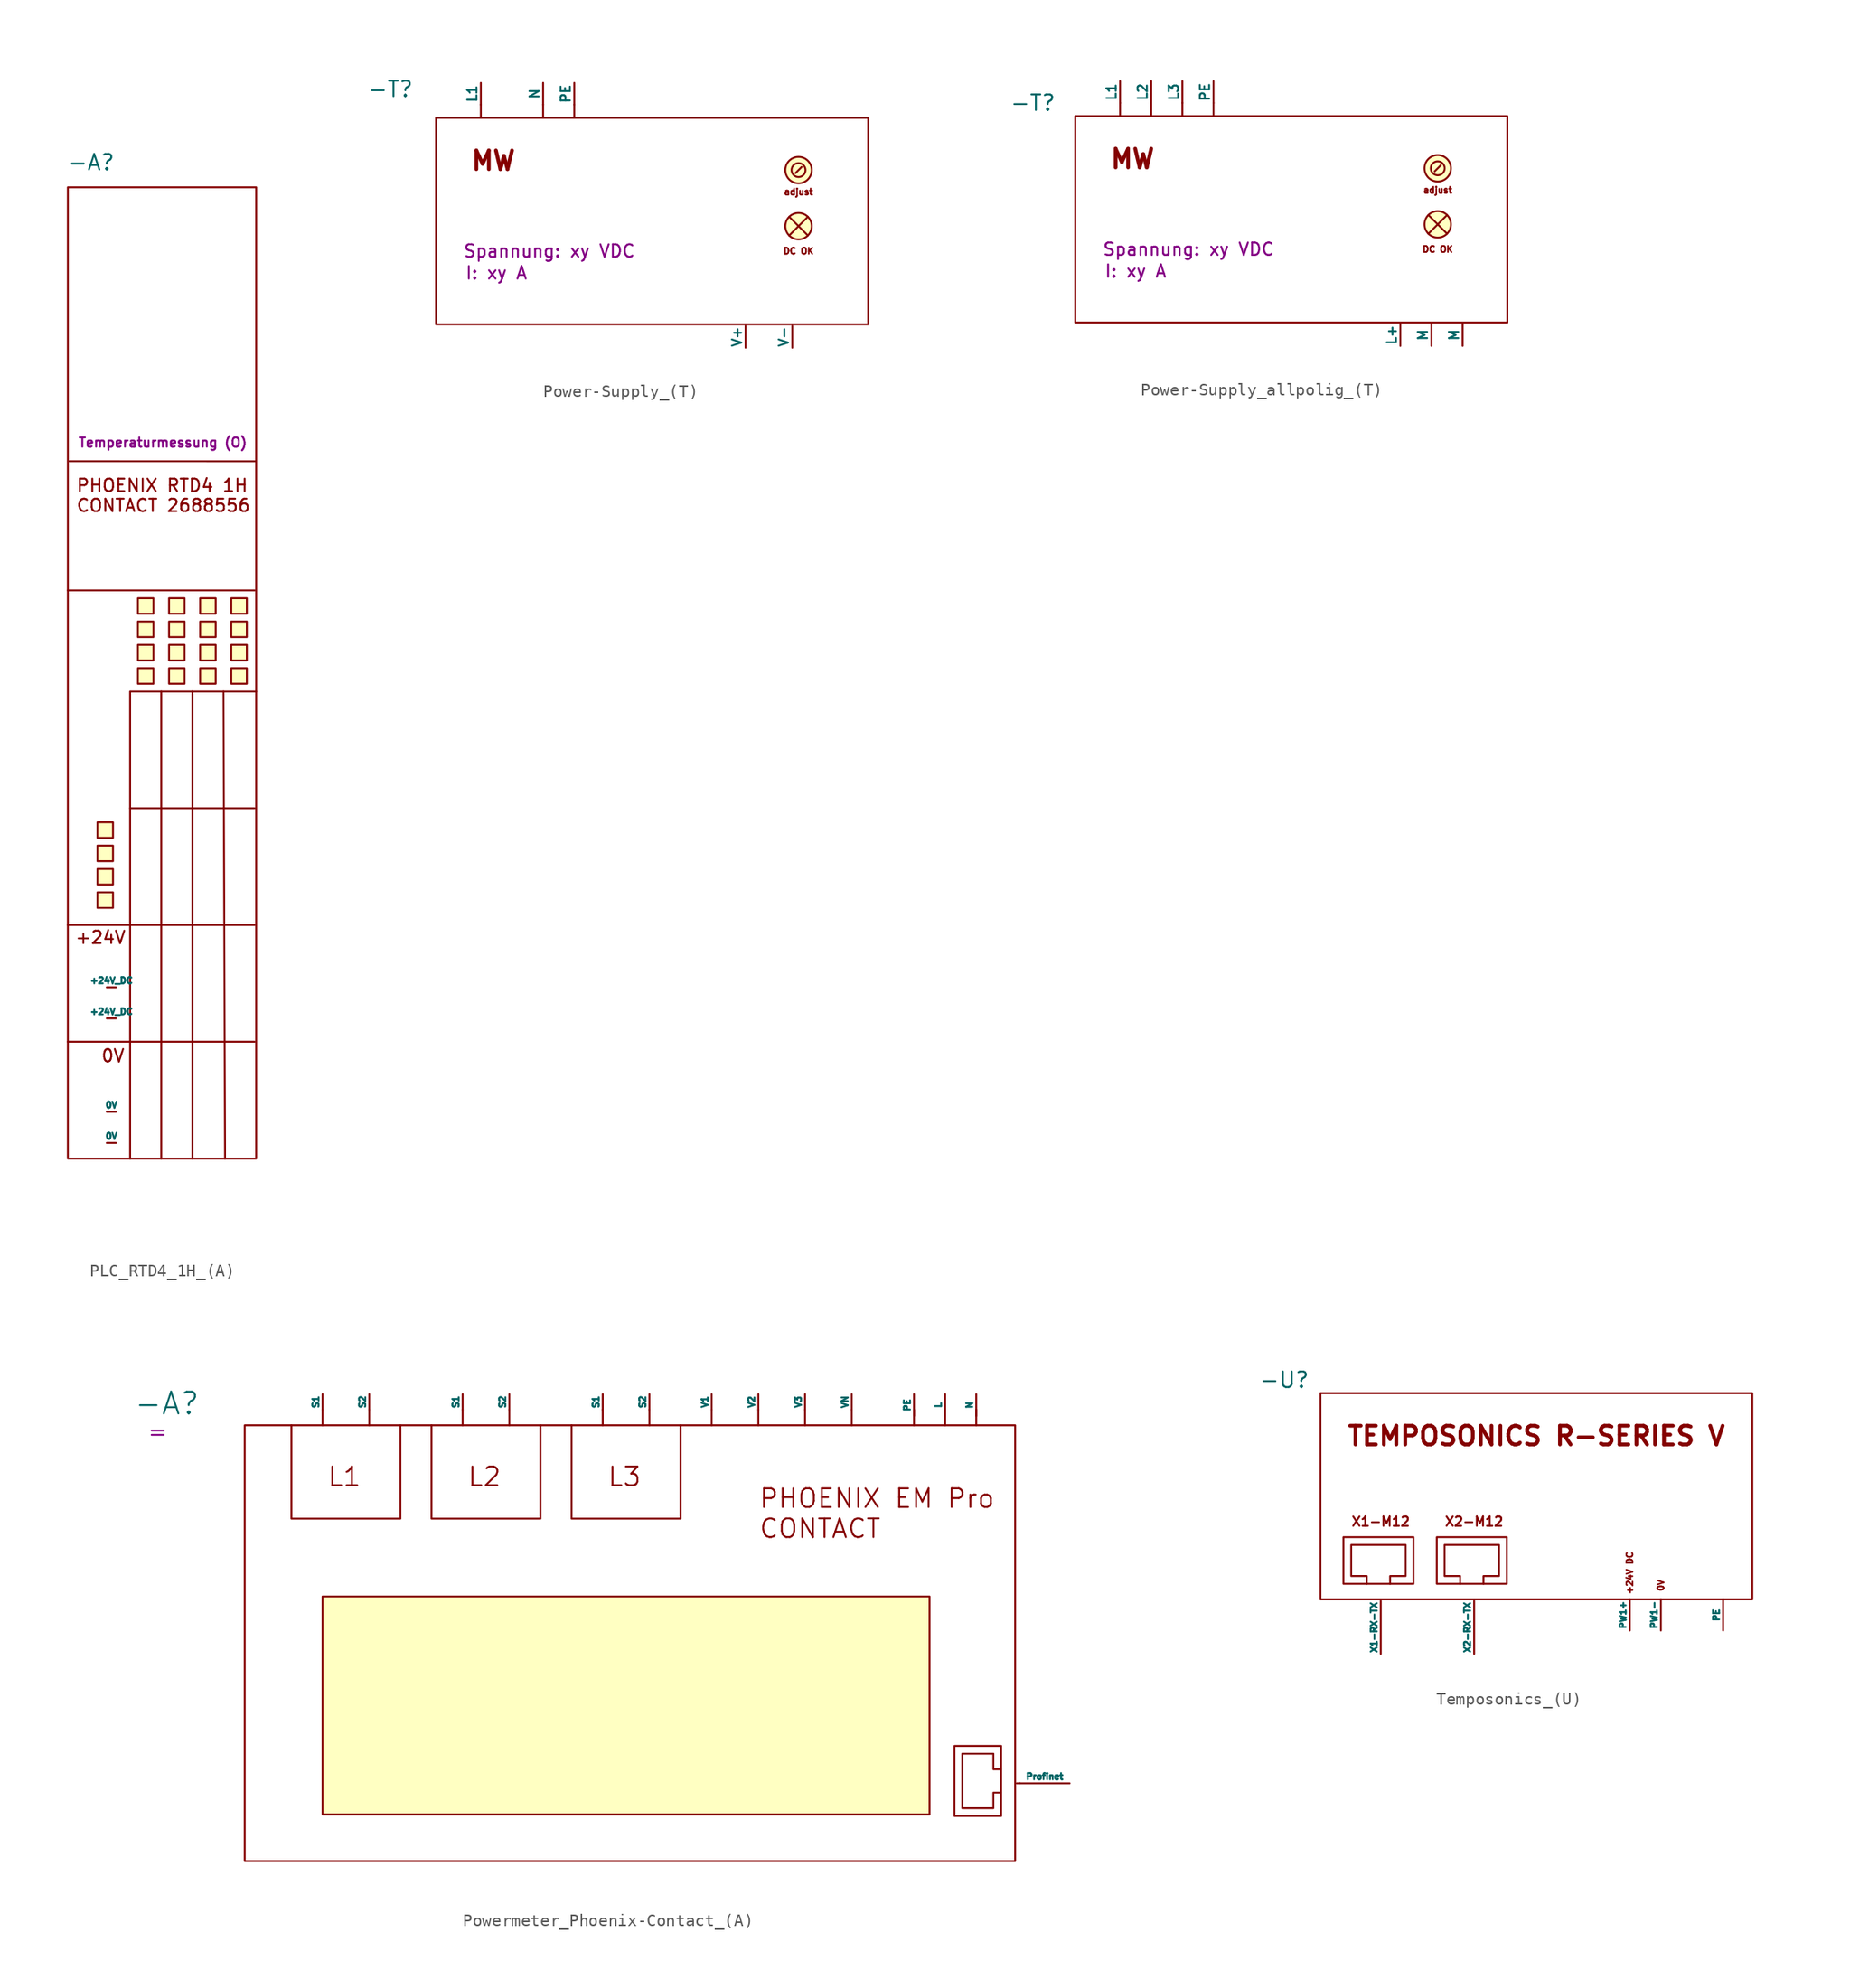
<source format=kicad_sym>
(kicad_symbol_lib
  (version 20241209)
  (generator "kicad_symbol_editor")
  (generator_version "9.0")
  (symbol "PLC_RTD4_1H_(A)"
    (pin_numbers
      (hide yes))
    (pin_names
      (offset 0))
    (property "Reference" "-A"
      (at -10.16 52.07 0)
      (effects (font (size 1.27 1.27))))
    (property "Value" ""
      (at 0 0 0)
      (effects (font (size 1.27 1.27))))
    (property "Verwendung" "Temperaturmessung (O)"
      (at -4.318 29.21 0)
      (do_not_autoplace)
      (effects (font (size 0.762 0.762))))
    (symbol "PLC_RTD4_1H_(A)_0_1"
      (rectangle (start -12.065 50.038) (end 3.302 -29.21) (stroke (width 0) (type default)) (fill (type none)))
      (polyline (pts (xy -11.938 27.686) (xy 3.226 27.682)) (stroke (width 0) (type default)) (fill (type none)))
      (polyline (pts (xy -6.985 -0.635) (xy 3.175 -0.635)) (stroke (width 0) (type default)) (fill (type none)))
      (polyline (pts (xy -6.985 -10.16) (xy 3.175 -10.16)) (stroke (width 0) (type default)) (fill (type none)))
      (polyline (pts (xy -6.985 -19.685) (xy 3.175 -19.685)) (stroke (width 0) (type default)) (fill (type none)))
      (polyline (pts (xy -6.985 -29.21) (xy -6.985 8.89) (xy 3.302 8.89)) (stroke (width 0) (type default)) (fill (type none)))
      (polyline (pts (xy -4.445 -29.21) (xy -4.445 8.89)) (stroke (width 0) (type default)) (fill (type none)))
      (polyline (pts (xy -1.905 -29.21) (xy -1.905 8.89)) (stroke (width 0) (type default)) (fill (type none)))
      (polyline (pts (xy 0.762 -29.21) (xy 0.635 8.89)) (stroke (width 0) (type default)) (fill (type none))))
    (symbol "PLC_RTD4_1H_(A)_1_1"
      (rectangle (start -9.652 -1.778) (end -8.382 -3.048) (stroke (width 0) (type solid)) (fill (type background)))
      (rectangle (start -9.652 -3.683) (end -8.382 -4.953) (stroke (width 0) (type solid)) (fill (type background)))
      (rectangle (start -9.652 -5.588) (end -8.382 -6.858) (stroke (width 0) (type solid)) (fill (type background)))
      (rectangle (start -9.652 -7.493) (end -8.382 -8.763) (stroke (width 0) (type solid)) (fill (type background)))
      (polyline (pts (xy -6.985 -10.16) (xy -12.065 -10.16)) (stroke (width 0) (type default)) (fill (type none)))
      (polyline (pts (xy -6.985 -19.685) (xy -12.065 -19.685)) (stroke (width 0) (type default)) (fill (type none)))
      (rectangle (start -6.35 16.51) (end -5.08 15.24) (stroke (width 0) (type solid)) (fill (type background)))
      (rectangle (start -6.35 14.605) (end -5.08 13.335) (stroke (width 0) (type solid)) (fill (type background)))
      (rectangle (start -6.35 12.7) (end -5.08 11.43) (stroke (width 0) (type solid)) (fill (type background)))
      (rectangle (start -6.35 10.795) (end -5.08 9.525) (stroke (width 0) (type solid)) (fill (type background)))
      (rectangle (start -3.81 16.51) (end -2.54 15.24) (stroke (width 0) (type solid)) (fill (type background)))
      (rectangle (start -3.81 14.605) (end -2.54 13.335) (stroke (width 0) (type solid)) (fill (type background)))
      (rectangle (start -3.81 12.7) (end -2.54 11.43) (stroke (width 0) (type solid)) (fill (type background)))
      (rectangle (start -3.81 10.795) (end -2.54 9.525) (stroke (width 0) (type solid)) (fill (type background)))
      (rectangle (start -1.27 16.51) (end 0 15.24) (stroke (width 0) (type solid)) (fill (type background)))
      (rectangle (start -1.27 14.605) (end 0 13.335) (stroke (width 0) (type solid)) (fill (type background)))
      (rectangle (start -1.27 12.7) (end 0 11.43) (stroke (width 0) (type solid)) (fill (type background)))
      (rectangle (start -1.27 10.795) (end 0 9.525) (stroke (width 0) (type solid)) (fill (type background)))
      (rectangle (start 1.27 16.51) (end 2.54 15.24) (stroke (width 0) (type solid)) (fill (type background)))
      (rectangle (start 1.27 14.605) (end 2.54 13.335) (stroke (width 0) (type solid)) (fill (type background)))
      (rectangle (start 1.27 12.7) (end 2.54 11.43) (stroke (width 0) (type solid)) (fill (type background)))
      (rectangle (start 1.27 10.795) (end 2.54 9.525) (stroke (width 0) (type solid)) (fill (type background)))
      (polyline (pts (xy 3.175 17.145) (xy -12.065 17.145)) (stroke (width 0) (type default)) (fill (type none)))
      (text "PHOENIX RTD4 1H\nCONTACT 2688556" (at -11.43 24.892 0) (effects (font (size 1.016 1.016)) (justify left)))
      (text "+24V" (at -9.398 -11.176 0) (effects (font (size 1.016 1.016))))
      (text "0V" (at -8.382 -20.828 0) (effects (font (size 1.016 1.016))))
      (pin passive line (at -8.89 -15.24 0) (length 0.762) (name "+24V_DC" (effects (font (size 0.508 0.508)))) (number "+24V" (effects (font (size 0.508 0.508)))))
      (pin passive line (at -8.89 -17.78 0) (length 0.762) (name "+24V_DC" (effects (font (size 0.508 0.508)))) (number "+24V" (effects (font (size 0.508 0.508)))))
      (pin passive line (at -8.89 -25.4 0) (length 0.762) (name "0V" (effects (font (size 0.508 0.508)))) (number "0V" (effects (font (size 0.508 0.508)))))
      (pin passive line (at -8.89 -27.94 0) (length 0.762) (name "0V" (effects (font (size 0.508 0.508)))) (number "0V" (effects (font (size 0.508 0.508)))))))
  (symbol "Power-Supply_(T)"
    (pin_numbers
      (hide yes))
    (pin_names
      (offset 0))
    (property "Reference" "-T"
      (at -21.336 10.922 0)
      (effects (font (size 1.27 1.27))))
    (property "Value" ""
      (at 0 0 0)
      (effects (font (size 1.27 1.27))))
    (property "Spannung" "xy VDC"
      (at -8.382 -2.286 0)
      (show_name)
      (effects (font (size 1.016 1.016))))
    (property "I" "xy A"
      (at -12.7 -4.064 0)
      (show_name)
      (effects (font (size 1.016 1.016))))
    (symbol "Power-Supply_(T)_0_1"
      (rectangle (start -17.621 8.572) (end 17.621 -8.255) (stroke (width 0) (type default)) (fill (type none)))
      (polyline (pts (xy -13.97 9.652) (xy -13.97 8.636)) (stroke (width 0) (type default)) (fill (type none)))
      (polyline (pts (xy -8.89 9.652) (xy -8.89 8.636)) (stroke (width 0) (type default)) (fill (type none)))
      (polyline (pts (xy -6.35 9.652) (xy -6.35 8.636)) (stroke (width 0) (type default)) (fill (type none))))
    (symbol "Power-Supply_(T)_1_1"
      (polyline (pts (xy 11.176 0.508) (xy 12.7 -1.016)) (stroke (width 0) (type default)) (fill (type none)))
      (polyline (pts (xy 11.176 -1.016) (xy 12.7 0.508)) (stroke (width 0) (type default)) (fill (type none)))
      (polyline (pts (xy 11.684 4.064) (xy 12.192 4.572)) (stroke (width 0) (type default)) (fill (type none)))
      (circle (center 11.938 4.318) (radius 0.568) (stroke (width 0) (type solid)) (fill (type none)))
      (circle (center 11.938 4.318) (radius 1.078) (stroke (width 0) (type solid)) (fill (type background)))
      (circle (center 11.938 -0.254) (radius 1.078) (stroke (width 0) (type solid)) (fill (type background)))
      (text "MW" (at -12.954 5.08 0) (effects (font (size 1.524 1.524) (thickness 0.305) (bold yes))))
      (text "adjust" (at 11.938 2.54 0) (effects (font (size 0.508 0.508))))
      (text "DC OK" (at 11.938 -2.286 0) (effects (font (size 0.508 0.508))))
      (pin passive line (at -13.97 11.43 270) (length 1.778) (name "L1" (effects (font (size 0.762 0.762)))) (number "L1" (effects (font (size 0.762 0.762)))))
      (pin passive line (at -8.89 11.43 270) (length 1.778) (name "N" (effects (font (size 0.762 0.762)))) (number "N" (effects (font (size 0.762 0.762)))))
      (pin passive line (at -6.35 11.43 270) (length 1.778) (name "PE" (effects (font (size 0.762 0.762)))) (number "PE" (effects (font (size 0.762 0.762)))))
      (pin passive line (at 7.62 -10.16 90) (length 1.778) (name "V+" (effects (font (size 0.762 0.762)))) (number "V+" (effects (font (size 0.762 0.762)))))
      (pin passive line (at 11.43 -10.16 90) (length 1.778) (name "V-" (effects (font (size 0.762 0.762)))) (number "V-" (effects (font (size 0.762 0.762)))))))
  (symbol "Power-Supply_allpolig_(T)"
    (pin_numbers
      (hide yes))
    (pin_names
      (offset 0))
    (property "Reference" "-T"
      (at -21.082 9.652 0)
      (effects (font (size 1.27 1.27))))
    (property "Value" ""
      (at 0 0 0)
      (effects (font (size 1.27 1.27))))
    (property "Spannung" "xy VDC"
      (at -8.382 -2.286 0)
      (show_name)
      (effects (font (size 1.016 1.016))))
    (property "I" "xy A"
      (at -12.7 -4.064 0)
      (show_name)
      (effects (font (size 1.016 1.016))))
    (symbol "Power-Supply_allpolig_(T)_0_1"
      (rectangle (start -17.621 8.572) (end 17.621 -8.255) (stroke (width 0) (type default)) (fill (type none)))
      (polyline (pts (xy -13.97 9.652) (xy -13.97 8.636)) (stroke (width 0) (type default)) (fill (type none)))
      (polyline (pts (xy -11.43 9.652) (xy -11.43 8.636)) (stroke (width 0) (type default)) (fill (type none)))
      (polyline (pts (xy -8.89 9.652) (xy -8.89 8.636)) (stroke (width 0) (type default)) (fill (type none)))
      (polyline (pts (xy -6.35 9.652) (xy -6.35 8.636)) (stroke (width 0) (type default)) (fill (type none))))
    (symbol "Power-Supply_allpolig_(T)_1_1"
      (polyline (pts (xy 11.176 0.508) (xy 12.7 -1.016)) (stroke (width 0) (type default)) (fill (type none)))
      (polyline (pts (xy 11.176 -1.016) (xy 12.7 0.508)) (stroke (width 0) (type default)) (fill (type none)))
      (polyline (pts (xy 11.684 4.064) (xy 12.192 4.572)) (stroke (width 0) (type default)) (fill (type none)))
      (circle (center 11.938 4.318) (radius 0.568) (stroke (width 0) (type solid)) (fill (type none)))
      (circle (center 11.938 4.318) (radius 1.078) (stroke (width 0) (type solid)) (fill (type background)))
      (circle (center 11.938 -0.254) (radius 1.078) (stroke (width 0) (type solid)) (fill (type background)))
      (text "MW" (at -12.954 5.08 0) (effects (font (size 1.524 1.524) (thickness 0.305) (bold yes))))
      (text "adjust" (at 11.938 2.54 0) (effects (font (size 0.508 0.508))))
      (text "DC OK" (at 11.938 -2.286 0) (effects (font (size 0.508 0.508))))
      (pin passive line (at -13.97 11.43 270) (length 1.778) (name "L1" (effects (font (size 0.762 0.762)))) (number "L1" (effects (font (size 0.762 0.762)))))
      (pin passive line (at -11.43 11.43 270) (length 1.778) (name "L2" (effects (font (size 0.762 0.762)))) (number "L2" (effects (font (size 0.762 0.762)))))
      (pin passive line (at -8.89 11.43 270) (length 1.778) (name "L3" (effects (font (size 0.762 0.762)))) (number "L3" (effects (font (size 0.762 0.762)))))
      (pin passive line (at -6.35 11.43 270) (length 1.778) (name "PE" (effects (font (size 0.762 0.762)))) (number "PE" (effects (font (size 0.762 0.762)))))
      (pin passive line (at 8.89 -10.16 90) (length 1.778) (name "L+" (effects (font (size 0.762 0.762)))) (number "L+" (effects (font (size 0.762 0.762)))))
      (pin passive line (at 11.43 -10.16 90) (length 1.778) (name "M" (effects (font (size 0.762 0.762)))) (number "M" (effects (font (size 0.762 0.762)))))
      (pin passive line (at 13.97 -10.16 90) (length 1.778) (name "M" (effects (font (size 0.762 0.762)))) (number "M" (effects (font (size 0.762 0.762)))))))
  (symbol "Powermeter_Phoenix-Contact_(A)"
    (pin_numbers
      (hide yes))
    (pin_names
      (offset 0))
    (property "Reference" "-A"
      (at -38.1 18.288 0)
      (effects (font (size 1.778 1.778))))
    (property "Value" ""
      (at 0 0 0)
      (effects (font (size 1.27 1.27))))
    (property "Ort" "="
      (at -38.862 16.002 0)
      (effects (font (size 1.27 1.27))))
    (symbol "Powermeter_Phoenix-Contact_(A)_0_1"
      (rectangle (start -31.75 16.51) (end 31.115 -19.05) (stroke (width 0) (type default)) (fill (type none)))
      (polyline (pts (xy -27.94 16.51) (xy -27.94 8.89) (xy -19.05 8.89) (xy -19.05 16.51)) (stroke (width 0) (type default)) (fill (type none)))
      (polyline (pts (xy -25.4 17.78) (xy -25.4 16.51)) (stroke (width 0) (type default)) (fill (type none)))
      (polyline (pts (xy -21.59 17.78) (xy -21.59 16.51)) (stroke (width 0) (type default)) (fill (type none)))
      (polyline (pts (xy -16.51 16.51) (xy -16.51 8.89) (xy -7.62 8.89) (xy -7.62 16.51)) (stroke (width 0) (type default)) (fill (type none)))
      (polyline (pts (xy -13.97 17.78) (xy -13.97 16.51)) (stroke (width 0) (type default)) (fill (type none)))
      (polyline (pts (xy -10.16 17.78) (xy -10.16 16.51)) (stroke (width 0) (type default)) (fill (type none)))
      (polyline (pts (xy -5.08 16.51) (xy -5.08 8.89) (xy 3.81 8.89) (xy 3.81 16.51)) (stroke (width 0) (type default)) (fill (type none)))
      (polyline (pts (xy -2.54 17.78) (xy -2.54 16.51)) (stroke (width 0) (type default)) (fill (type none)))
      (polyline (pts (xy 1.27 17.78) (xy 1.27 16.51)) (stroke (width 0) (type default)) (fill (type none)))
      (polyline (pts (xy 6.35 17.78) (xy 6.35 16.51)) (stroke (width 0) (type default)) (fill (type none)))
      (polyline (pts (xy 10.16 17.78) (xy 10.16 16.51)) (stroke (width 0) (type default)) (fill (type none)))
      (polyline (pts (xy 13.97 17.78) (xy 13.97 16.51)) (stroke (width 0) (type default)) (fill (type none)))
      (polyline (pts (xy 17.78 17.78) (xy 17.78 16.51)) (stroke (width 0) (type default)) (fill (type none)))
      (rectangle (start 26.162 -15.367) (end 29.972 -9.652) (stroke (width 0) (type default)) (fill (type none)))
      (polyline (pts (xy 29.972 -13.462) (xy 29.337 -13.462) (xy 29.337 -14.732) (xy 26.797 -14.732) (xy 26.797 -10.287) (xy 29.337 -10.287) (xy 29.337 -10.922) (xy 29.337 -11.557) (xy 29.972 -11.557)) (stroke (width 0) (type default)) (fill (type none)))
      (polyline (pts (xy 31.496 -12.7) (xy 31.242 -12.7)) (stroke (width 0) (type default)) (fill (type none))))
    (symbol "Powermeter_Phoenix-Contact_(A)_1_1"
      (rectangle (start -25.4 2.54) (end 24.13 -15.24) (stroke (width 0) (type solid)) (fill (type background)))
      (polyline (pts (xy 22.86 17.78) (xy 22.86 16.51)) (stroke (width 0) (type default)) (fill (type none)))
      (polyline (pts (xy 25.4 17.78) (xy 25.4 16.51)) (stroke (width 0) (type default)) (fill (type none)))
      (polyline (pts (xy 27.94 17.78) (xy 27.94 16.51)) (stroke (width 0) (type default)) (fill (type none)))
      (text "L1" (at -23.622 13.208 0) (effects (font (size 1.524 1.524)) (justify top)))
      (text "L2" (at -12.192 13.208 0) (effects (font (size 1.524 1.524)) (justify top)))
      (text "L3" (at -0.762 13.208 0) (effects (font (size 1.524 1.524)) (justify top)))
      (text "PHOENIX EM Pro\nCONTACT" (at 10.16 11.43 0) (effects (font (size 1.524 1.524)) (justify left top)))
      (pin passive line (at -25.4 19.05 270) (length 1.27) (name "S1" (effects (font (size 0.508 0.508)))) (number "S1" (effects (font (size 0.508 0.508)))))
      (pin passive line (at -21.59 19.05 270) (length 1.27) (name "S2" (effects (font (size 0.508 0.508)))) (number "S2" (effects (font (size 0.508 0.508)))))
      (pin passive line (at -13.97 19.05 270) (length 1.27) (name "S1" (effects (font (size 0.508 0.508)))) (number "S1" (effects (font (size 0.508 0.508)))))
      (pin passive line (at -10.16 19.05 270) (length 1.27) (name "S2" (effects (font (size 0.508 0.508)))) (number "S2" (effects (font (size 0.508 0.508)))))
      (pin passive line (at -2.54 19.05 270) (length 1.27) (name "S1" (effects (font (size 0.508 0.508)))) (number "S1" (effects (font (size 0.508 0.508)))))
      (pin passive line (at 1.27 19.05 270) (length 1.27) (name "S2" (effects (font (size 0.508 0.508)))) (number "S2" (effects (font (size 0.508 0.508)))))
      (pin passive line (at 6.35 19.05 270) (length 1.27) (name "V1" (effects (font (size 0.508 0.508)))) (number "V1" (effects (font (size 0.508 0.508)))))
      (pin passive line (at 10.16 19.05 270) (length 1.27) (name "V2" (effects (font (size 0.508 0.508)))) (number "V2" (effects (font (size 0.508 0.508)))))
      (pin passive line (at 13.97 19.05 270) (length 1.27) (name "V3" (effects (font (size 0.508 0.508)))) (number "V3" (effects (font (size 0.508 0.508)))))
      (pin passive line (at 17.78 19.05 270) (length 1.27) (name "VN" (effects (font (size 0.508 0.508)))) (number "VN" (effects (font (size 0.508 0.508)))))
      (pin passive line (at 22.86 19.05 270) (length 1.778) (name "PE" (effects (font (size 0.508 0.508)))) (number "PE" (effects (font (size 0.508 0.508)))))
      (pin passive line (at 25.4 19.05 270) (length 1.778) (name "L" (effects (font (size 0.508 0.508)))) (number "L" (effects (font (size 0.508 0.508)))))
      (pin passive line (at 27.94 19.05 270) (length 1.778) (name "N" (effects (font (size 0.508 0.508)))) (number "N" (effects (font (size 0.508 0.508)))))
      (pin bidirectional line (at 35.56 -12.7 180) (length 4.064) (name "Profinet" (effects (font (size 0.508 0.508)))) (number "Profinet" (effects (font (size 0.508 0.508)))))))
  (symbol "Temposonics_(U)"
    (pin_numbers
      (hide yes))
    (pin_names
      (offset 0))
    (property "Reference" "-U"
      (at -20.574 9.652 0)
      (effects (font (size 1.27 1.27))))
    (property "Value" ""
      (at 0 0 0)
      (effects (font (size 1.27 1.27))))
    (symbol "Temposonics_(U)_0_1"
      (rectangle (start -17.621 8.572) (end 17.621 -8.255) (stroke (width 0) (type default)) (fill (type none)))
      (rectangle (start -15.748 -3.175) (end -10.033 -6.985) (stroke (width 0) (type default)) (fill (type none)))
      (polyline (pts (xy -13.843 -6.985) (xy -13.843 -6.35) (xy -15.113 -6.35) (xy -15.113 -3.81) (xy -10.668 -3.81) (xy -10.668 -6.35) (xy -11.303 -6.35) (xy -11.938 -6.35) (xy -11.938 -6.985)) (stroke (width 0) (type default)) (fill (type none)))
      (rectangle (start -8.128 -3.175) (end -2.413 -6.985) (stroke (width 0) (type default)) (fill (type none)))
      (polyline (pts (xy -6.223 -6.985) (xy -6.223 -6.35) (xy -7.493 -6.35) (xy -7.493 -3.81) (xy -3.048 -3.81) (xy -3.048 -6.35) (xy -3.683 -6.35) (xy -4.318 -6.35) (xy -4.318 -6.985)) (stroke (width 0) (type default)) (fill (type none))))
    (symbol "Temposonics_(U)_1_1"
      (text "X1-M12" (at -12.7 -1.905 0) (effects (font (size 0.762 0.762))))
      (text "X2-M12" (at -5.08 -1.905 0) (effects (font (size 0.762 0.762))))
      (text "TEMPOSONICS R-SERIES V" (at 0 5.08 0) (effects (font (size 1.524 1.524) (thickness 0.305) (bold yes))))
      (text "+24V DC" (at 7.62 -6.096 900) (effects (font (size 0.508 0.508))))
      (text "0V" (at 10.16 -7.112 900) (effects (font (size 0.508 0.508))))
      (pin bidirectional line (at -12.7 -12.7 90) (length 4.318) (name "X1-RX-TX" (effects (font (size 0.508 0.508)))) (number "X1-RX-TX" (effects (font (size 0.508 0.508)))))
      (pin bidirectional line (at -5.08 -12.7 90) (length 4.318) (name "X2-RX-TX" (effects (font (size 0.508 0.508)))) (number "X2-RX-TX" (effects (font (size 0.508 0.508)))))
      (pin unspecified line (at 7.62 -10.795 90) (length 2.54) (name "PW1+" (effects (font (size 0.508 0.508)))) (number "PW1+" (effects (font (size 0.508 0.508)))))
      (pin unspecified line (at 10.16 -10.795 90) (length 2.54) (name "PW1-" (effects (font (size 0.508 0.508)))) (number "PW1-" (effects (font (size 0.508 0.508)))))
      (pin unspecified line (at 15.24 -10.795 90) (length 2.54) (name "PE" (effects (font (size 0.508 0.508)))) (number "PE" (effects (font (size 0.508 0.508))))))))
</source>
